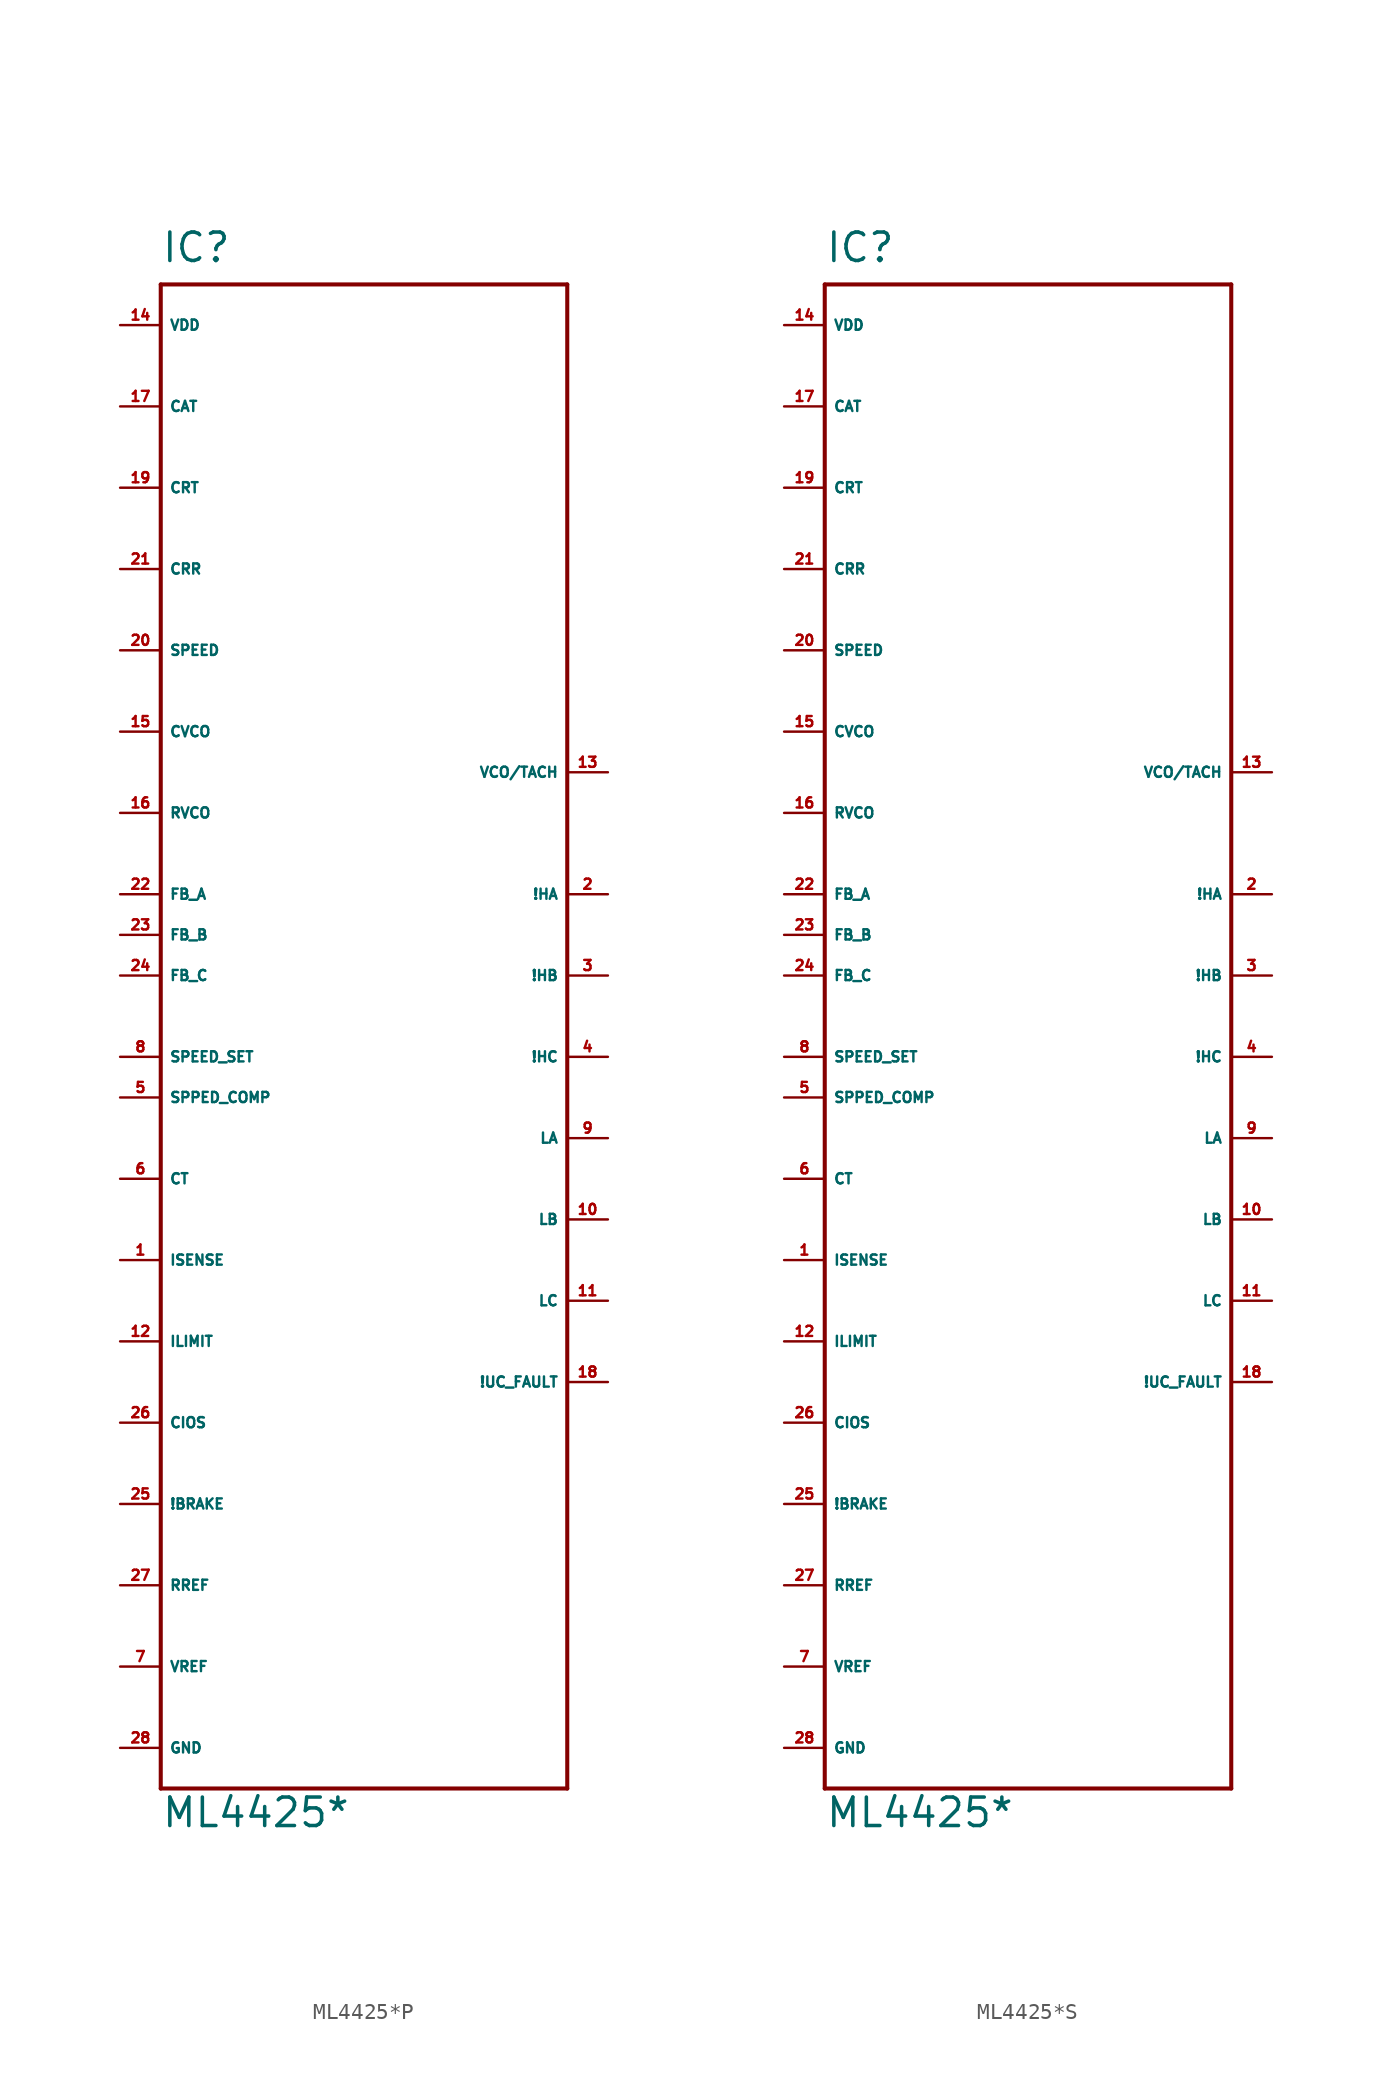
<source format=kicad_sym>
(kicad_symbol_lib
  (version 20220914)
  (generator Eagle2Kicad)
  (symbol "ML4425*P"
    (property "Reference" "IC"
      (at -12.7 46.99 0)
      (effects (font (size 1.778 1.778) (thickness 0.22)) (justify left bottom)))
    (property "Value" "ML4425*"
      (at -12.7 -50.8 0)
      (effects (font (size 1.778 1.778) (thickness 0.22)) (justify left bottom)))
    (polyline
      (pts (xy -12.7 -48.26) (xy 12.7 -48.26))
      (stroke (width 0.254) (type default))
      (fill (type none)))
    (polyline
      (pts (xy 12.7 -48.26) (xy 12.7 45.72))
      (stroke (width 0.254) (type default))
      (fill (type none)))
    (polyline
      (pts (xy 12.7 45.72) (xy -12.7 45.72))
      (stroke (width 0.254) (type default))
      (fill (type none)))
    (polyline
      (pts (xy -12.7 45.72) (xy -12.7 -48.26))
      (stroke (width 0.254) (type default))
      (fill (type none)))
    (pin input line
      (at -15.24 7.62 0)
      (length 2.54)
      (name "FB_A" (effects (font (size 0.635 0.635) (thickness 0.08)) (justify left bottom)))
      (number "22" (effects (font (size 0.635 0.635) (thickness 0.08)) (justify left bottom))))
    (pin input line
      (at -15.24 5.08 0)
      (length 2.54)
      (name "FB_B" (effects (font (size 0.635 0.635) (thickness 0.08)) (justify left bottom)))
      (number "23" (effects (font (size 0.635 0.635) (thickness 0.08)) (justify left bottom))))
    (pin input line
      (at -15.24 2.54 0)
      (length 2.54)
      (name "FB_C" (effects (font (size 0.635 0.635) (thickness 0.08)) (justify left bottom)))
      (number "24" (effects (font (size 0.635 0.635) (thickness 0.08)) (justify left bottom))))
    (pin input line
      (at -15.24 -2.54 0)
      (length 2.54)
      (name "SPEED_SET" (effects (font (size 0.635 0.635) (thickness 0.08)) (justify left bottom)))
      (number "8" (effects (font (size 0.635 0.635) (thickness 0.08)) (justify left bottom))))
    (pin input line
      (at -15.24 -5.08 0)
      (length 2.54)
      (name "SPPED_COMP" (effects (font (size 0.635 0.635) (thickness 0.08)) (justify left bottom)))
      (number "5" (effects (font (size 0.635 0.635) (thickness 0.08)) (justify left bottom))))
    (pin input line
      (at -15.24 -10.16 0)
      (length 2.54)
      (name "CT" (effects (font (size 0.635 0.635) (thickness 0.08)) (justify left bottom)))
      (number "6" (effects (font (size 0.635 0.635) (thickness 0.08)) (justify left bottom))))
    (pin input line
      (at -15.24 -15.24 0)
      (length 2.54)
      (name "ISENSE" (effects (font (size 0.635 0.635) (thickness 0.08)) (justify left bottom)))
      (number "1" (effects (font (size 0.635 0.635) (thickness 0.08)) (justify left bottom))))
    (pin input line
      (at -15.24 -20.32 0)
      (length 2.54)
      (name "ILIMIT" (effects (font (size 0.635 0.635) (thickness 0.08)) (justify left bottom)))
      (number "12" (effects (font (size 0.635 0.635) (thickness 0.08)) (justify left bottom))))
    (pin input line
      (at -15.24 -25.4 0)
      (length 2.54)
      (name "CIOS" (effects (font (size 0.635 0.635) (thickness 0.08)) (justify left bottom)))
      (number "26" (effects (font (size 0.635 0.635) (thickness 0.08)) (justify left bottom))))
    (pin input line
      (at -15.24 -30.48 0)
      (length 2.54)
      (name "!BRAKE" (effects (font (size 0.635 0.635) (thickness 0.08)) (justify left bottom)))
      (number "25" (effects (font (size 0.635 0.635) (thickness 0.08)) (justify left bottom))))
    (pin unspecified line
      (at -15.24 43.18 0)
      (length 2.54)
      (name "VDD" (effects (font (size 0.635 0.635) (thickness 0.08)) (justify left bottom)))
      (number "14" (effects (font (size 0.635 0.635) (thickness 0.08)) (justify left bottom))))
    (pin unspecified line
      (at -15.24 -45.72 0)
      (length 2.54)
      (name "GND" (effects (font (size 0.635 0.635) (thickness 0.08)) (justify left bottom)))
      (number "28" (effects (font (size 0.635 0.635) (thickness 0.08)) (justify left bottom))))
    (pin unspecified line
      (at -15.24 -35.56 0)
      (length 2.54)
      (name "RREF" (effects (font (size 0.635 0.635) (thickness 0.08)) (justify left bottom)))
      (number "27" (effects (font (size 0.635 0.635) (thickness 0.08)) (justify left bottom))))
    (pin unspecified line
      (at -15.24 -40.64 0)
      (length 2.54)
      (name "VREF" (effects (font (size 0.635 0.635) (thickness 0.08)) (justify left bottom)))
      (number "7" (effects (font (size 0.635 0.635) (thickness 0.08)) (justify left bottom))))
    (pin unspecified line
      (at -15.24 38.1 0)
      (length 2.54)
      (name "CAT" (effects (font (size 0.635 0.635) (thickness 0.08)) (justify left bottom)))
      (number "17" (effects (font (size 0.635 0.635) (thickness 0.08)) (justify left bottom))))
    (pin unspecified line
      (at -15.24 33.02 0)
      (length 2.54)
      (name "CRT" (effects (font (size 0.635 0.635) (thickness 0.08)) (justify left bottom)))
      (number "19" (effects (font (size 0.635 0.635) (thickness 0.08)) (justify left bottom))))
    (pin unspecified line
      (at -15.24 27.94 0)
      (length 2.54)
      (name "CRR" (effects (font (size 0.635 0.635) (thickness 0.08)) (justify left bottom)))
      (number "21" (effects (font (size 0.635 0.635) (thickness 0.08)) (justify left bottom))))
    (pin unspecified line
      (at -15.24 22.86 0)
      (length 2.54)
      (name "SPEED" (effects (font (size 0.635 0.635) (thickness 0.08)) (justify left bottom)))
      (number "20" (effects (font (size 0.635 0.635) (thickness 0.08)) (justify left bottom))))
    (pin unspecified line
      (at -15.24 17.78 0)
      (length 2.54)
      (name "CVCO" (effects (font (size 0.635 0.635) (thickness 0.08)) (justify left bottom)))
      (number "15" (effects (font (size 0.635 0.635) (thickness 0.08)) (justify left bottom))))
    (pin unspecified line
      (at -15.24 12.7 0)
      (length 2.54)
      (name "RVCO" (effects (font (size 0.635 0.635) (thickness 0.08)) (justify left bottom)))
      (number "16" (effects (font (size 0.635 0.635) (thickness 0.08)) (justify left bottom))))
    (pin unspecified line
      (at 15.24 15.24 180)
      (length 2.54)
      (name "VCO/TACH" (effects (font (size 0.635 0.635) (thickness 0.08)) (justify left bottom)))
      (number "13" (effects (font (size 0.635 0.635) (thickness 0.08)) (justify left bottom))))
    (pin unspecified line
      (at 15.24 7.62 180)
      (length 2.54)
      (name "!HA" (effects (font (size 0.635 0.635) (thickness 0.08)) (justify left bottom)))
      (number "2" (effects (font (size 0.635 0.635) (thickness 0.08)) (justify left bottom))))
    (pin unspecified line
      (at 15.24 2.54 180)
      (length 2.54)
      (name "!HB" (effects (font (size 0.635 0.635) (thickness 0.08)) (justify left bottom)))
      (number "3" (effects (font (size 0.635 0.635) (thickness 0.08)) (justify left bottom))))
    (pin unspecified line
      (at 15.24 -2.54 180)
      (length 2.54)
      (name "!HC" (effects (font (size 0.635 0.635) (thickness 0.08)) (justify left bottom)))
      (number "4" (effects (font (size 0.635 0.635) (thickness 0.08)) (justify left bottom))))
    (pin unspecified line
      (at 15.24 -7.62 180)
      (length 2.54)
      (name "LA" (effects (font (size 0.635 0.635) (thickness 0.08)) (justify left bottom)))
      (number "9" (effects (font (size 0.635 0.635) (thickness 0.08)) (justify left bottom))))
    (pin unspecified line
      (at 15.24 -12.7 180)
      (length 2.54)
      (name "LB" (effects (font (size 0.635 0.635) (thickness 0.08)) (justify left bottom)))
      (number "10" (effects (font (size 0.635 0.635) (thickness 0.08)) (justify left bottom))))
    (pin unspecified line
      (at 15.24 -17.78 180)
      (length 2.54)
      (name "LC" (effects (font (size 0.635 0.635) (thickness 0.08)) (justify left bottom)))
      (number "11" (effects (font (size 0.635 0.635) (thickness 0.08)) (justify left bottom))))
    (pin unspecified line
      (at 15.24 -22.86 180)
      (length 2.54)
      (name "!UC_FAULT" (effects (font (size 0.635 0.635) (thickness 0.08)) (justify left bottom)))
      (number "18" (effects (font (size 0.635 0.635) (thickness 0.08)) (justify left bottom)))))
  (symbol "ML4425*S"
    (property "Reference" "IC"
      (at -12.7 46.99 0)
      (effects (font (size 1.778 1.778) (thickness 0.22)) (justify left bottom)))
    (property "Value" "ML4425*"
      (at -12.7 -50.8 0)
      (effects (font (size 1.778 1.778) (thickness 0.22)) (justify left bottom)))
    (polyline
      (pts (xy -12.7 -48.26) (xy 12.7 -48.26))
      (stroke (width 0.254) (type default))
      (fill (type none)))
    (polyline
      (pts (xy 12.7 -48.26) (xy 12.7 45.72))
      (stroke (width 0.254) (type default))
      (fill (type none)))
    (polyline
      (pts (xy 12.7 45.72) (xy -12.7 45.72))
      (stroke (width 0.254) (type default))
      (fill (type none)))
    (polyline
      (pts (xy -12.7 45.72) (xy -12.7 -48.26))
      (stroke (width 0.254) (type default))
      (fill (type none)))
    (pin input line
      (at -15.24 7.62 0)
      (length 2.54)
      (name "FB_A" (effects (font (size 0.635 0.635) (thickness 0.08)) (justify left bottom)))
      (number "22" (effects (font (size 0.635 0.635) (thickness 0.08)) (justify left bottom))))
    (pin input line
      (at -15.24 5.08 0)
      (length 2.54)
      (name "FB_B" (effects (font (size 0.635 0.635) (thickness 0.08)) (justify left bottom)))
      (number "23" (effects (font (size 0.635 0.635) (thickness 0.08)) (justify left bottom))))
    (pin input line
      (at -15.24 2.54 0)
      (length 2.54)
      (name "FB_C" (effects (font (size 0.635 0.635) (thickness 0.08)) (justify left bottom)))
      (number "24" (effects (font (size 0.635 0.635) (thickness 0.08)) (justify left bottom))))
    (pin input line
      (at -15.24 -2.54 0)
      (length 2.54)
      (name "SPEED_SET" (effects (font (size 0.635 0.635) (thickness 0.08)) (justify left bottom)))
      (number "8" (effects (font (size 0.635 0.635) (thickness 0.08)) (justify left bottom))))
    (pin input line
      (at -15.24 -5.08 0)
      (length 2.54)
      (name "SPPED_COMP" (effects (font (size 0.635 0.635) (thickness 0.08)) (justify left bottom)))
      (number "5" (effects (font (size 0.635 0.635) (thickness 0.08)) (justify left bottom))))
    (pin input line
      (at -15.24 -10.16 0)
      (length 2.54)
      (name "CT" (effects (font (size 0.635 0.635) (thickness 0.08)) (justify left bottom)))
      (number "6" (effects (font (size 0.635 0.635) (thickness 0.08)) (justify left bottom))))
    (pin input line
      (at -15.24 -15.24 0)
      (length 2.54)
      (name "ISENSE" (effects (font (size 0.635 0.635) (thickness 0.08)) (justify left bottom)))
      (number "1" (effects (font (size 0.635 0.635) (thickness 0.08)) (justify left bottom))))
    (pin input line
      (at -15.24 -20.32 0)
      (length 2.54)
      (name "ILIMIT" (effects (font (size 0.635 0.635) (thickness 0.08)) (justify left bottom)))
      (number "12" (effects (font (size 0.635 0.635) (thickness 0.08)) (justify left bottom))))
    (pin input line
      (at -15.24 -25.4 0)
      (length 2.54)
      (name "CIOS" (effects (font (size 0.635 0.635) (thickness 0.08)) (justify left bottom)))
      (number "26" (effects (font (size 0.635 0.635) (thickness 0.08)) (justify left bottom))))
    (pin input line
      (at -15.24 -30.48 0)
      (length 2.54)
      (name "!BRAKE" (effects (font (size 0.635 0.635) (thickness 0.08)) (justify left bottom)))
      (number "25" (effects (font (size 0.635 0.635) (thickness 0.08)) (justify left bottom))))
    (pin unspecified line
      (at -15.24 43.18 0)
      (length 2.54)
      (name "VDD" (effects (font (size 0.635 0.635) (thickness 0.08)) (justify left bottom)))
      (number "14" (effects (font (size 0.635 0.635) (thickness 0.08)) (justify left bottom))))
    (pin unspecified line
      (at -15.24 -45.72 0)
      (length 2.54)
      (name "GND" (effects (font (size 0.635 0.635) (thickness 0.08)) (justify left bottom)))
      (number "28" (effects (font (size 0.635 0.635) (thickness 0.08)) (justify left bottom))))
    (pin unspecified line
      (at -15.24 -35.56 0)
      (length 2.54)
      (name "RREF" (effects (font (size 0.635 0.635) (thickness 0.08)) (justify left bottom)))
      (number "27" (effects (font (size 0.635 0.635) (thickness 0.08)) (justify left bottom))))
    (pin unspecified line
      (at -15.24 -40.64 0)
      (length 2.54)
      (name "VREF" (effects (font (size 0.635 0.635) (thickness 0.08)) (justify left bottom)))
      (number "7" (effects (font (size 0.635 0.635) (thickness 0.08)) (justify left bottom))))
    (pin unspecified line
      (at -15.24 38.1 0)
      (length 2.54)
      (name "CAT" (effects (font (size 0.635 0.635) (thickness 0.08)) (justify left bottom)))
      (number "17" (effects (font (size 0.635 0.635) (thickness 0.08)) (justify left bottom))))
    (pin unspecified line
      (at -15.24 33.02 0)
      (length 2.54)
      (name "CRT" (effects (font (size 0.635 0.635) (thickness 0.08)) (justify left bottom)))
      (number "19" (effects (font (size 0.635 0.635) (thickness 0.08)) (justify left bottom))))
    (pin unspecified line
      (at -15.24 27.94 0)
      (length 2.54)
      (name "CRR" (effects (font (size 0.635 0.635) (thickness 0.08)) (justify left bottom)))
      (number "21" (effects (font (size 0.635 0.635) (thickness 0.08)) (justify left bottom))))
    (pin unspecified line
      (at -15.24 22.86 0)
      (length 2.54)
      (name "SPEED" (effects (font (size 0.635 0.635) (thickness 0.08)) (justify left bottom)))
      (number "20" (effects (font (size 0.635 0.635) (thickness 0.08)) (justify left bottom))))
    (pin unspecified line
      (at -15.24 17.78 0)
      (length 2.54)
      (name "CVCO" (effects (font (size 0.635 0.635) (thickness 0.08)) (justify left bottom)))
      (number "15" (effects (font (size 0.635 0.635) (thickness 0.08)) (justify left bottom))))
    (pin unspecified line
      (at -15.24 12.7 0)
      (length 2.54)
      (name "RVCO" (effects (font (size 0.635 0.635) (thickness 0.08)) (justify left bottom)))
      (number "16" (effects (font (size 0.635 0.635) (thickness 0.08)) (justify left bottom))))
    (pin unspecified line
      (at 15.24 15.24 180)
      (length 2.54)
      (name "VCO/TACH" (effects (font (size 0.635 0.635) (thickness 0.08)) (justify left bottom)))
      (number "13" (effects (font (size 0.635 0.635) (thickness 0.08)) (justify left bottom))))
    (pin unspecified line
      (at 15.24 7.62 180)
      (length 2.54)
      (name "!HA" (effects (font (size 0.635 0.635) (thickness 0.08)) (justify left bottom)))
      (number "2" (effects (font (size 0.635 0.635) (thickness 0.08)) (justify left bottom))))
    (pin unspecified line
      (at 15.24 2.54 180)
      (length 2.54)
      (name "!HB" (effects (font (size 0.635 0.635) (thickness 0.08)) (justify left bottom)))
      (number "3" (effects (font (size 0.635 0.635) (thickness 0.08)) (justify left bottom))))
    (pin unspecified line
      (at 15.24 -2.54 180)
      (length 2.54)
      (name "!HC" (effects (font (size 0.635 0.635) (thickness 0.08)) (justify left bottom)))
      (number "4" (effects (font (size 0.635 0.635) (thickness 0.08)) (justify left bottom))))
    (pin unspecified line
      (at 15.24 -7.62 180)
      (length 2.54)
      (name "LA" (effects (font (size 0.635 0.635) (thickness 0.08)) (justify left bottom)))
      (number "9" (effects (font (size 0.635 0.635) (thickness 0.08)) (justify left bottom))))
    (pin unspecified line
      (at 15.24 -12.7 180)
      (length 2.54)
      (name "LB" (effects (font (size 0.635 0.635) (thickness 0.08)) (justify left bottom)))
      (number "10" (effects (font (size 0.635 0.635) (thickness 0.08)) (justify left bottom))))
    (pin unspecified line
      (at 15.24 -17.78 180)
      (length 2.54)
      (name "LC" (effects (font (size 0.635 0.635) (thickness 0.08)) (justify left bottom)))
      (number "11" (effects (font (size 0.635 0.635) (thickness 0.08)) (justify left bottom))))
    (pin unspecified line
      (at 15.24 -22.86 180)
      (length 2.54)
      (name "!UC_FAULT" (effects (font (size 0.635 0.635) (thickness 0.08)) (justify left bottom)))
      (number "18" (effects (font (size 0.635 0.635) (thickness 0.08)) (justify left bottom))))))
</source>
